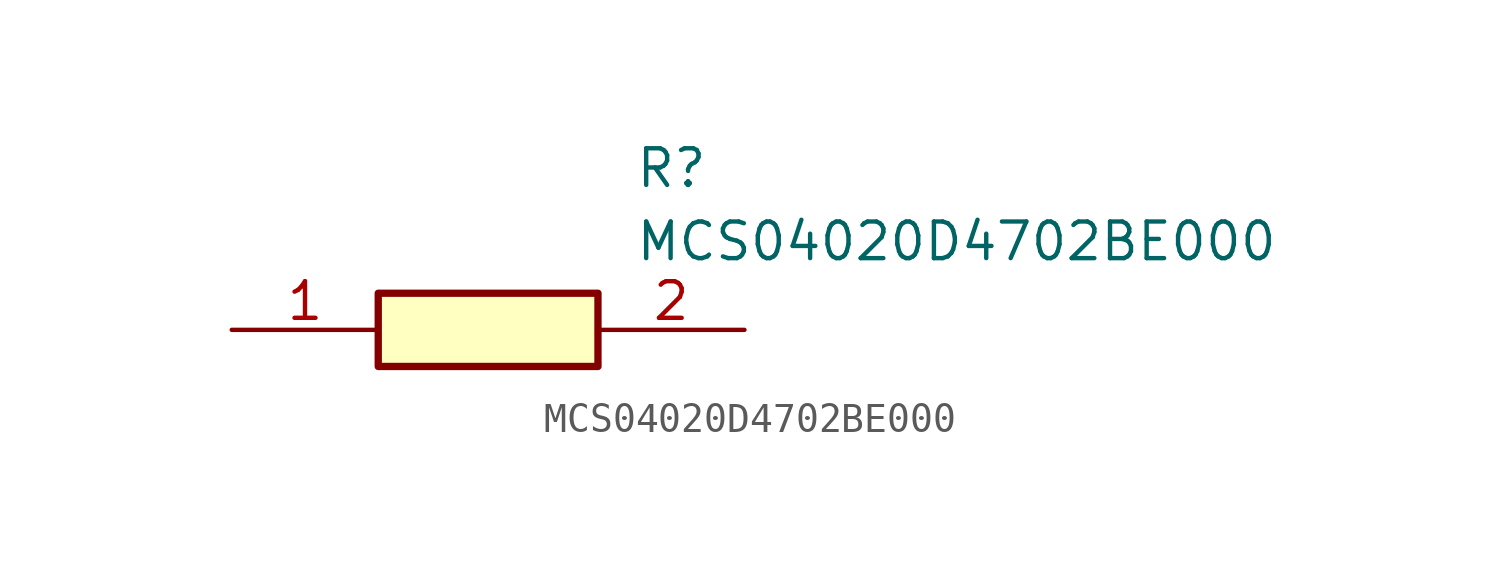
<source format=kicad_sym>
(kicad_symbol_lib
  (version 20211014)
  (generator SamacSys_ECAD_Model)
  (symbol "MCS04020D4702BE000"
    (pin_names hide)
    (property "Reference" "R"
      (at 13.97 6.35 0)
      (effects (font (size 1.27 1.27)) (justify left top)))
    (property "Value" "MCS04020D4702BE000"
      (at 13.97 3.81 0)
      (effects (font (size 1.27 1.27)) (justify left top)))
    (rectangle
      (start 5.08 1.27)
      (end 12.7 -1.27)
      (stroke (width 0.254) (type default))
      (fill (type background)))
    (pin passive line
      (at 0 0 0)
      (length 5.08)
      (name "1" (effects (font (size 1.27 1.27))))
      (number "1" (effects (font (size 1.27 1.27)))))
    (pin passive line
      (at 17.78 0 180)
      (length 5.08)
      (name "2" (effects (font (size 1.27 1.27))))
      (number "2" (effects (font (size 1.27 1.27)))))))
</source>
